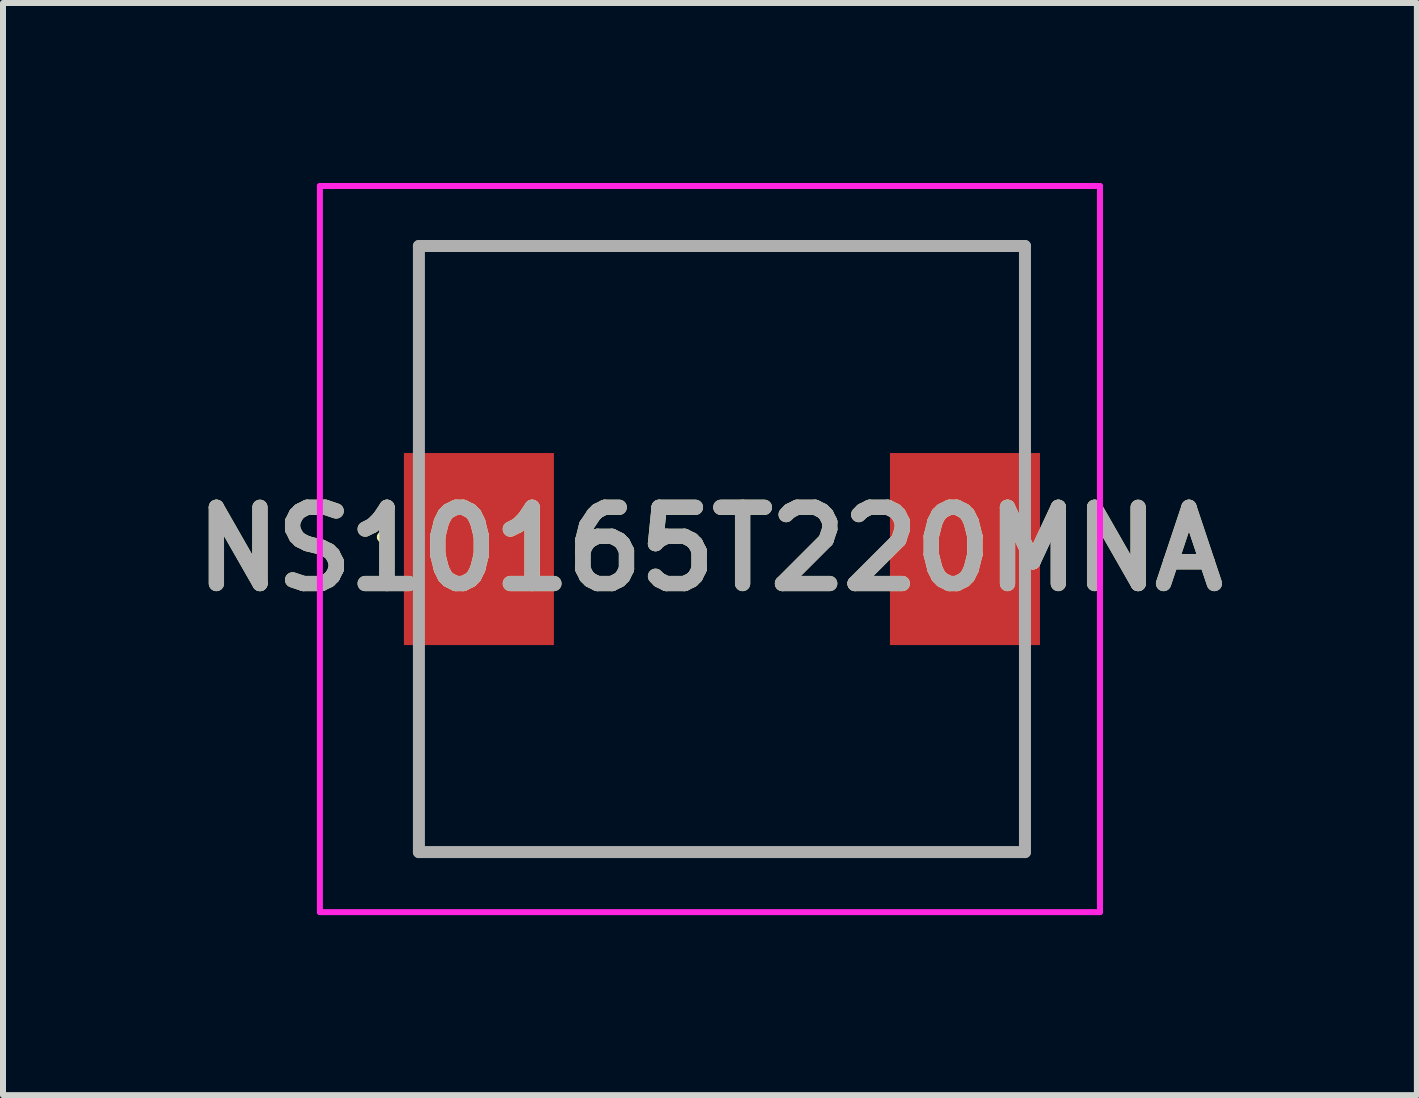
<source format=kicad_pcb>
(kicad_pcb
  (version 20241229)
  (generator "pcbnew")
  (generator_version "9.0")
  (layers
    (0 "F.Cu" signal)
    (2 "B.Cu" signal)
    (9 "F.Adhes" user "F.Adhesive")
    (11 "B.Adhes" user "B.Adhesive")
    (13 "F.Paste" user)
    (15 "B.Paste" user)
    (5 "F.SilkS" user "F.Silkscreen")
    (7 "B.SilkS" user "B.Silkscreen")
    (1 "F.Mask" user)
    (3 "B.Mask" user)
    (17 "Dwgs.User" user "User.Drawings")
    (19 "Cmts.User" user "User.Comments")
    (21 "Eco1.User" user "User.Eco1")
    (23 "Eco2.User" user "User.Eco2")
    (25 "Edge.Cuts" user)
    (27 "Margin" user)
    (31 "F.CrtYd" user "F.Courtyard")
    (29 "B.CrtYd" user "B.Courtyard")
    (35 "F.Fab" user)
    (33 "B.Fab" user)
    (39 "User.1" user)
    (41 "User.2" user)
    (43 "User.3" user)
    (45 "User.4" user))
  (footprint "NS10165T220MNA"
    (layer "F.Cu")
    (at 8.981 6.1)
    (property "Reference" "NS10165T220MNA" (at -0.2 0 0) (layer "F.SilkS") (effects (font (size 1.27 1.27) (thickness 0.254))))
    (attr smd)
    (fp_line (start -5.7 -0.2) (end -5.7 -0.2) (stroke (width 0.1) (type solid)) (layer "F.SilkS"))
    (fp_line (start -5.6 -0.2) (end -5.6 -0.2) (stroke (width 0.1) (type solid)) (layer "F.SilkS"))
    (fp_line (start -5.05 -5.05) (end 5.05 -5.05) (stroke (width 0.1) (type solid)) (layer "F.SilkS"))
    (fp_line (start -5.05 -1.9) (end -5.05 -5.05) (stroke (width 0.1) (type solid)) (layer "F.SilkS"))
    (fp_line (start -5.05 1.9) (end -5.05 5.05) (stroke (width 0.1) (type solid)) (layer "F.SilkS"))
    (fp_line (start -5.05 5.05) (end 5.05 5.05) (stroke (width 0.1) (type solid)) (layer "F.SilkS"))
    (fp_line (start 5.05 -5.05) (end 5.05 -1.9) (stroke (width 0.1) (type solid)) (layer "F.SilkS"))
    (fp_line (start 5.05 5.05) (end 5.05 1.9) (stroke (width 0.1) (type solid)) (layer "F.SilkS"))
    (fp_arc (start -5.7 -0.2) (mid -5.65 -0.25) (end -5.6 -0.2) (stroke (width 0.1) (type solid)) (layer "F.SilkS"))
    (fp_arc (start -5.6 -0.2) (mid -5.65 -0.15) (end -5.7 -0.2) (stroke (width 0.1) (type solid)) (layer "F.SilkS"))
    (fp_line (start -6.7 -6.05) (end 6.3 -6.05) (stroke (width 0.1) (type solid)) (layer "F.CrtYd"))
    (fp_line (start -6.7 6.05) (end -6.7 -6.05) (stroke (width 0.1) (type solid)) (layer "F.CrtYd"))
    (fp_line (start 6.3 -6.05) (end 6.3 6.05) (stroke (width 0.1) (type solid)) (layer "F.CrtYd"))
    (fp_line (start 6.3 6.05) (end -6.7 6.05) (stroke (width 0.1) (type solid)) (layer "F.CrtYd"))
    (fp_line (start -5.05 -5.05) (end 5.05 -5.05) (stroke (width 0.2) (type solid)) (layer "F.Fab"))
    (fp_line (start -5.05 5.05) (end -5.05 -5.05) (stroke (width 0.2) (type solid)) (layer "F.Fab"))
    (fp_line (start 5.05 -5.05) (end 5.05 5.05) (stroke (width 0.2) (type solid)) (layer "F.Fab"))
    (fp_line (start 5.05 5.05) (end -5.05 5.05) (stroke (width 0.2) (type solid)) (layer "F.Fab"))
    (fp_text user "${REFERENCE}" (at -0.2 0 0) (layer "F.Fab") (effects (font (size 1.27 1.27) (thickness 0.254))))
    (pad "1" smd rect (at -4.05 0 90) (size 3.2 2.5) (layers "F.Cu" "F.Mask" "F.Paste"))
    (pad "2" smd rect (at 4.05 0 90) (size 3.2 2.5) (layers "F.Cu" "F.Mask" "F.Paste")))
  (gr_rect
    (start -3 -3)
    (end 20.562 15.2)
    (stroke (width 0.1) (type default))
    (fill no)
    (layer "Edge.Cuts")))
</source>
